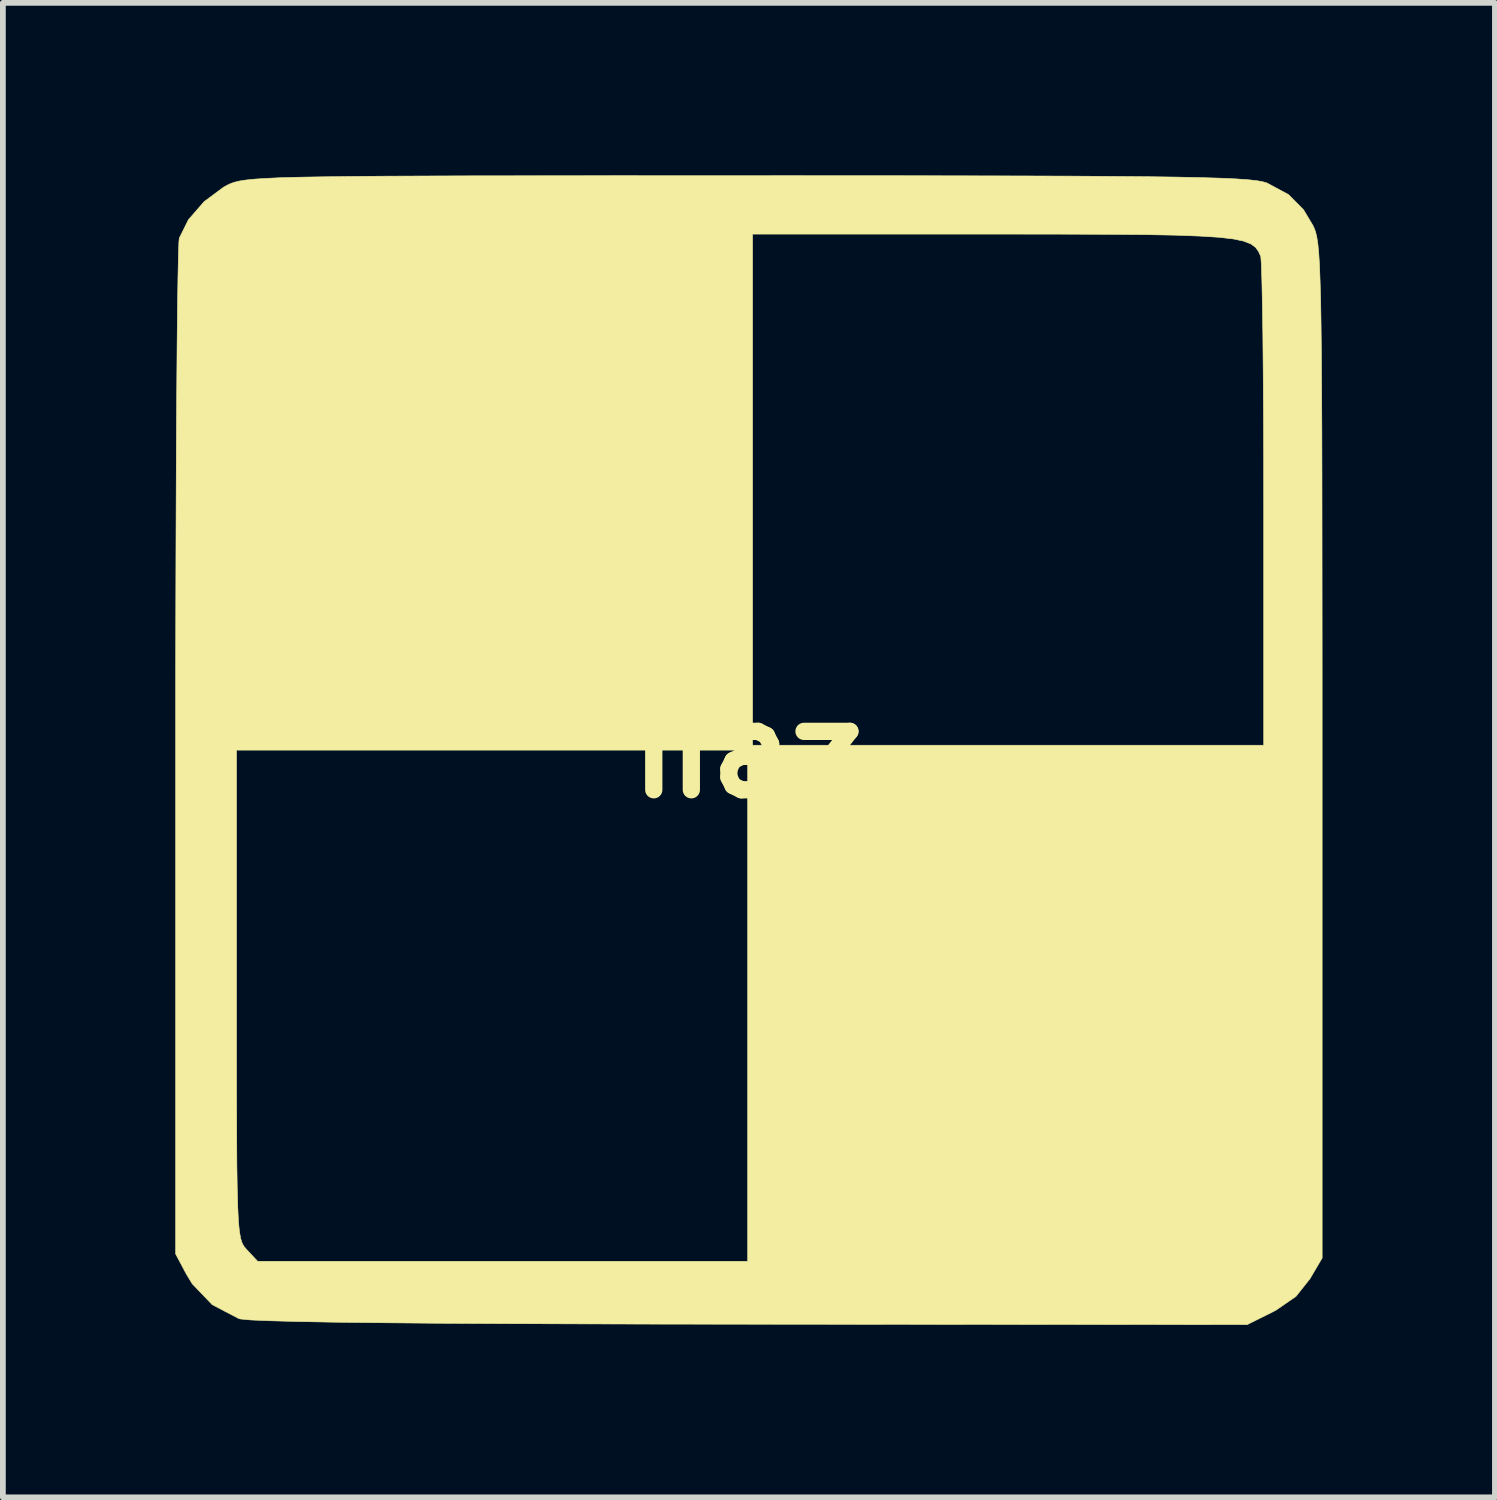
<source format=kicad_pcb>
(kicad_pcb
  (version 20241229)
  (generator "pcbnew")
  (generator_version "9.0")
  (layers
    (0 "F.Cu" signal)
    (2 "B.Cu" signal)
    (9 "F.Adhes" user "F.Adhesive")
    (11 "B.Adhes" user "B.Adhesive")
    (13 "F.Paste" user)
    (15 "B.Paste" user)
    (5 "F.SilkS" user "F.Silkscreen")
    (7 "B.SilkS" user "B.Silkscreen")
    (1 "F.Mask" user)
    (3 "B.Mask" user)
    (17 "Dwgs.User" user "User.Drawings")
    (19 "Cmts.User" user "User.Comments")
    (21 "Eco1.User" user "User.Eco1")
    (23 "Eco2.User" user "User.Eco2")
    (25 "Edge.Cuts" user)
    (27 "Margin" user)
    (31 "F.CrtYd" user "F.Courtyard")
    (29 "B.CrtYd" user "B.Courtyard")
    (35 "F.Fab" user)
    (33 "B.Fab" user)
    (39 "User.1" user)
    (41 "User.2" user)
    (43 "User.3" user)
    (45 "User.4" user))
  (footprint "haz"
    (layer "F.Cu")
    (at 9.953 9.996)
    (property "Reference" "haz" (at 0 0 0) (layer "F.SilkS") (effects (font (size 1.524 1.524) (thickness 0.3))))
    (attr through_hole)
    (fp_poly (pts (xy 1.424 -9.99) (xy 2.689 -9.99) (xy 3.804 -9.988) (xy 4.779 -9.986) (xy 5.624 -9.983) (xy 6.347 -9.978) (xy 6.96 -9.973) (xy 7.471 -9.966) (xy 7.89 -9.957) (xy 8.228 -9.947) (xy 8.493 -9.935) (xy 8.695 -9.921) (xy 8.845 -9.905) (xy 8.951 -9.887) (xy 9.024 -9.866) (xy 9.038 -9.86) (xy 9.406 -9.662) (xy 9.669 -9.396) (xy 9.83 -9.126) (xy 9.856 -9.071) (xy 9.879 -9.004) (xy 9.899 -8.918) (xy 9.917 -8.8) (xy 9.932 -8.642) (xy 9.945 -8.433) (xy 9.955 -8.164) (xy 9.965 -7.825) (xy 9.972 -7.406) (xy 9.978 -6.896) (xy 9.982 -6.287) (xy 9.986 -5.567) (xy 9.988 -4.728) (xy 9.989 -3.759) (xy 9.99 -2.65) (xy 9.991 -1.392) (xy 9.991 0.01) (xy 9.991 8.833) (xy 9.78 9.192) (xy 9.536 9.5) (xy 9.188 9.74) (xy 9.129 9.771) (xy 8.687 9.991) (xy 0.047 9.984) (xy -1.571 9.982) (xy -3.021 9.978) (xy -4.306 9.973) (xy -5.427 9.967) (xy -6.386 9.958) (xy -7.185 9.949) (xy -7.827 9.937) (xy -8.312 9.924) (xy -8.642 9.91) (xy -8.821 9.893) (xy -8.848 9.887) (xy -9.312 9.644) (xy -9.659 9.282) (xy -9.76 9.116) (xy -9.948 8.763) (xy -9.948 0.042) (xy -9.948 0) (xy -8.89 0) (xy -8.89 4.249) (xy -8.89 5.206) (xy -8.889 6.007) (xy -8.887 6.669) (xy -8.884 7.204) (xy -8.877 7.628) (xy -8.868 7.954) (xy -8.856 8.198) (xy -8.839 8.374) (xy -8.817 8.495) (xy -8.79 8.578) (xy -8.757 8.635) (xy -8.717 8.682) (xy -8.706 8.694) (xy -8.522 8.89) (xy 0 8.89) (xy 0 0) (xy -8.89 0) (xy -9.948 0) (xy -9.948 -1.163) (xy -9.946 -2.323) (xy -9.943 -3.427) (xy -9.939 -4.462) (xy -9.935 -5.418) (xy -9.929 -6.283) (xy -9.923 -7.044) (xy -9.916 -7.692) (xy -9.908 -8.213) (xy -9.9 -8.598) (xy -9.892 -8.833) (xy -9.885 -8.905) (xy -9.85 -8.975) (xy 0.085 -8.975) (xy 0.085 -0.085) (xy 8.975 -0.085) (xy 8.975 -4.269) (xy 8.974 -5.098) (xy 8.971 -5.878) (xy 8.966 -6.593) (xy 8.96 -7.224) (xy 8.952 -7.756) (xy 8.943 -8.171) (xy 8.934 -8.453) (xy 8.924 -8.584) (xy 8.922 -8.59) (xy 8.884 -8.674) (xy 8.832 -8.745) (xy 8.751 -8.804) (xy 8.628 -8.852) (xy 8.449 -8.89) (xy 8.2 -8.919) (xy 7.867 -8.94) (xy 7.437 -8.956) (xy 6.896 -8.966) (xy 6.23 -8.971) (xy 5.425 -8.974) (xy 4.468 -8.975) (xy 4.238 -8.975) (xy 0.085 -8.975) (xy -9.85 -8.975) (xy -9.726 -9.225) (xy -9.453 -9.539) (xy -9.116 -9.79) (xy -9.052 -9.825) (xy -8.996 -9.852) (xy -8.931 -9.875) (xy -8.848 -9.896) (xy -8.736 -9.914) (xy -8.586 -9.93) (xy -8.387 -9.943) (xy -8.131 -9.955) (xy -7.805 -9.964) (xy -7.401 -9.971) (xy -6.909 -9.977) (xy -6.319 -9.982) (xy -5.62 -9.985) (xy -4.803 -9.988) (xy -3.857 -9.989) (xy -2.773 -9.99) (xy -1.541 -9.991) (xy -0.15 -9.991) (xy -0.001 -9.991) (xy 1.424 -9.99)) (stroke (width 0.01) (type solid)) (fill yes) (layer "F.SilkS")))
  (gr_rect
    (start -3 -3)
    (end 22.949 22.991)
    (stroke (width 0.1) (type default))
    (fill no)
    (layer "Edge.Cuts")))
</source>
